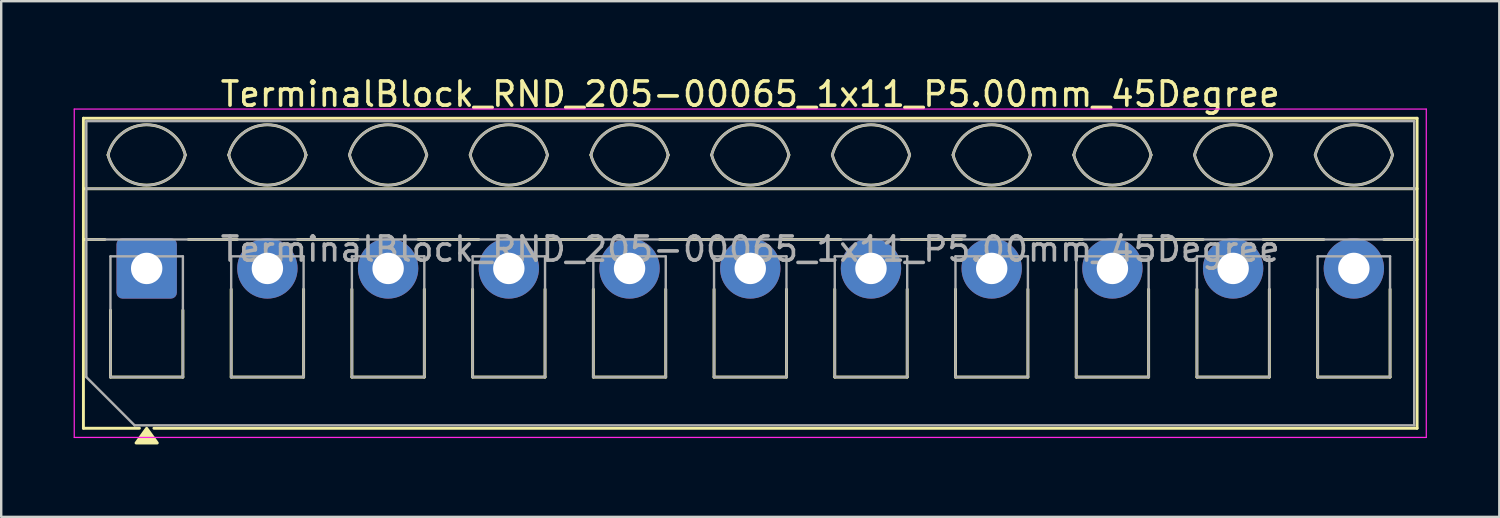
<source format=kicad_pcb>
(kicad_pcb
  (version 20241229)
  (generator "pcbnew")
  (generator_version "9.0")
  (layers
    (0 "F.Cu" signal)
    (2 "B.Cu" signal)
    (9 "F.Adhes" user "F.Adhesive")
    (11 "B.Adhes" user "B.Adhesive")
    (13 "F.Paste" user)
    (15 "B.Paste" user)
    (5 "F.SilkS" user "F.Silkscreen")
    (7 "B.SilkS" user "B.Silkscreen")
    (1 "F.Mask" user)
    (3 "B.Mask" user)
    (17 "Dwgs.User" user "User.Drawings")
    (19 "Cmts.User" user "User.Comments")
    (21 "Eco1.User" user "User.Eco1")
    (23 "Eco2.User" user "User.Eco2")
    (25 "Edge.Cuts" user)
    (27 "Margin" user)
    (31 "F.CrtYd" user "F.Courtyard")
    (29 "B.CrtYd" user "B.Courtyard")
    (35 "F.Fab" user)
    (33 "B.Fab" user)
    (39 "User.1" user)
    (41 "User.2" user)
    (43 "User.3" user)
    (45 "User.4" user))
  (footprint "TerminalBlock_RND_205-00065_1x11_P5.00mm_45Degree"
    (layer "F.Cu")
    (at 3.025 8.068)
    (property "Reference" "TerminalBlock_RND_205-00065_1x11_P5.00mm_45Degree" (at 25 -7.22 0) (layer "F.SilkS") (effects (font (size 1 1) (thickness 0.15))))
    (attr through_hole)
    (fp_line (start -2.62 -6.22) (end -2.62 6.62) (stroke (width 0.12) (type solid)) (layer "F.SilkS"))
    (fp_line (start -2.62 -6.22) (end 52.62 -6.22) (stroke (width 0.12) (type solid)) (layer "F.SilkS"))
    (fp_line (start -2.62 -3.3) (end 52.62 -3.3) (stroke (width 0.12) (type solid)) (layer "F.SilkS"))
    (fp_line (start -2.62 -1.2) (end -1.73 -1.2) (stroke (width 0.12) (type solid)) (layer "F.SilkS"))
    (fp_line (start -2.62 6.62) (end -0.3 6.62) (stroke (width 0.12) (type solid)) (layer "F.SilkS"))
    (fp_line (start -1.5 1.73) (end -1.5 4.5) (stroke (width 0.12) (type solid)) (layer "F.SilkS"))
    (fp_line (start -1.5 4.5) (end 1.5 4.5) (stroke (width 0.12) (type solid)) (layer "F.SilkS"))
    (fp_line (start 0.3 6.62) (end 52.62 6.62) (stroke (width 0.12) (type solid)) (layer "F.SilkS"))
    (fp_line (start 1.5 1.73) (end 1.5 4.5) (stroke (width 0.12) (type solid)) (layer "F.SilkS"))
    (fp_line (start 1.73 -1.2) (end 3.754 -1.2) (stroke (width 0.12) (type solid)) (layer "F.SilkS"))
    (fp_line (start 3.5 0.862) (end 3.5 4.5) (stroke (width 0.12) (type solid)) (layer "F.SilkS"))
    (fp_line (start 3.5 4.5) (end 6.5 4.5) (stroke (width 0.12) (type solid)) (layer "F.SilkS"))
    (fp_line (start 6.246 -1.2) (end 8.754 -1.2) (stroke (width 0.12) (type solid)) (layer "F.SilkS"))
    (fp_line (start 6.5 0.862) (end 6.5 4.5) (stroke (width 0.12) (type solid)) (layer "F.SilkS"))
    (fp_line (start 8.5 0.862) (end 8.5 4.5) (stroke (width 0.12) (type solid)) (layer "F.SilkS"))
    (fp_line (start 8.5 4.5) (end 11.5 4.5) (stroke (width 0.12) (type solid)) (layer "F.SilkS"))
    (fp_line (start 11.246 -1.2) (end 13.754 -1.2) (stroke (width 0.12) (type solid)) (layer "F.SilkS"))
    (fp_line (start 11.5 0.862) (end 11.5 4.5) (stroke (width 0.12) (type solid)) (layer "F.SilkS"))
    (fp_line (start 13.5 0.862) (end 13.5 4.5) (stroke (width 0.12) (type solid)) (layer "F.SilkS"))
    (fp_line (start 13.5 4.5) (end 16.5 4.5) (stroke (width 0.12) (type solid)) (layer "F.SilkS"))
    (fp_line (start 16.246 -1.2) (end 18.754 -1.2) (stroke (width 0.12) (type solid)) (layer "F.SilkS"))
    (fp_line (start 16.5 0.862) (end 16.5 4.5) (stroke (width 0.12) (type solid)) (layer "F.SilkS"))
    (fp_line (start 18.5 0.862) (end 18.5 4.5) (stroke (width 0.12) (type solid)) (layer "F.SilkS"))
    (fp_line (start 18.5 4.5) (end 21.5 4.5) (stroke (width 0.12) (type solid)) (layer "F.SilkS"))
    (fp_line (start 21.246 -1.2) (end 23.754 -1.2) (stroke (width 0.12) (type solid)) (layer "F.SilkS"))
    (fp_line (start 21.5 0.862) (end 21.5 4.5) (stroke (width 0.12) (type solid)) (layer "F.SilkS"))
    (fp_line (start 23.5 0.862) (end 23.5 4.5) (stroke (width 0.12) (type solid)) (layer "F.SilkS"))
    (fp_line (start 23.5 4.5) (end 26.5 4.5) (stroke (width 0.12) (type solid)) (layer "F.SilkS"))
    (fp_line (start 26.246 -1.2) (end 28.754 -1.2) (stroke (width 0.12) (type solid)) (layer "F.SilkS"))
    (fp_line (start 26.5 0.862) (end 26.5 4.5) (stroke (width 0.12) (type solid)) (layer "F.SilkS"))
    (fp_line (start 28.5 0.862) (end 28.5 4.5) (stroke (width 0.12) (type solid)) (layer "F.SilkS"))
    (fp_line (start 28.5 4.5) (end 31.5 4.5) (stroke (width 0.12) (type solid)) (layer "F.SilkS"))
    (fp_line (start 31.246 -1.2) (end 33.754 -1.2) (stroke (width 0.12) (type solid)) (layer "F.SilkS"))
    (fp_line (start 31.5 0.862) (end 31.5 4.5) (stroke (width 0.12) (type solid)) (layer "F.SilkS"))
    (fp_line (start 33.5 0.862) (end 33.5 4.5) (stroke (width 0.12) (type solid)) (layer "F.SilkS"))
    (fp_line (start 33.5 4.5) (end 36.5 4.5) (stroke (width 0.12) (type solid)) (layer "F.SilkS"))
    (fp_line (start 36.246 -1.2) (end 38.754 -1.2) (stroke (width 0.12) (type solid)) (layer "F.SilkS"))
    (fp_line (start 36.5 0.862) (end 36.5 4.5) (stroke (width 0.12) (type solid)) (layer "F.SilkS"))
    (fp_line (start 38.5 0.862) (end 38.5 4.5) (stroke (width 0.12) (type solid)) (layer "F.SilkS"))
    (fp_line (start 38.5 4.5) (end 41.5 4.5) (stroke (width 0.12) (type solid)) (layer "F.SilkS"))
    (fp_line (start 41.246 -1.2) (end 43.754 -1.2) (stroke (width 0.12) (type solid)) (layer "F.SilkS"))
    (fp_line (start 41.5 0.862) (end 41.5 4.5) (stroke (width 0.12) (type solid)) (layer "F.SilkS"))
    (fp_line (start 43.5 0.862) (end 43.5 4.5) (stroke (width 0.12) (type solid)) (layer "F.SilkS"))
    (fp_line (start 43.5 4.5) (end 46.5 4.5) (stroke (width 0.12) (type solid)) (layer "F.SilkS"))
    (fp_line (start 46.246 -1.2) (end 48.754 -1.2) (stroke (width 0.12) (type solid)) (layer "F.SilkS"))
    (fp_line (start 46.5 0.862) (end 46.5 4.5) (stroke (width 0.12) (type solid)) (layer "F.SilkS"))
    (fp_line (start 48.5 0.862) (end 48.5 4.5) (stroke (width 0.12) (type solid)) (layer "F.SilkS"))
    (fp_line (start 48.5 4.5) (end 51.5 4.5) (stroke (width 0.12) (type solid)) (layer "F.SilkS"))
    (fp_line (start 51.246 -1.2) (end 52.62 -1.2) (stroke (width 0.12) (type solid)) (layer "F.SilkS"))
    (fp_line (start 51.5 0.862) (end 51.5 4.5) (stroke (width 0.12) (type solid)) (layer "F.SilkS"))
    (fp_line (start 52.62 -6.22) (end 52.62 6.62) (stroke (width 0.12) (type solid)) (layer "F.SilkS"))
    (fp_arc (start -1.6 -4.7) (mid 0 -5.95) (end 1.6 -4.7) (stroke (width 0.12) (type solid)) (layer "F.SilkS"))
    (fp_arc (start 1.6 -4.7) (mid 0 -3.45) (end -1.6 -4.7) (stroke (width 0.12) (type solid)) (layer "F.SilkS"))
    (fp_arc (start 3.4 -4.7) (mid 5 -5.95) (end 6.6 -4.7) (stroke (width 0.12) (type solid)) (layer "F.SilkS"))
    (fp_arc (start 6.6 -4.7) (mid 5 -3.45) (end 3.4 -4.7) (stroke (width 0.12) (type solid)) (layer "F.SilkS"))
    (fp_arc (start 8.4 -4.7) (mid 10 -5.95) (end 11.6 -4.7) (stroke (width 0.12) (type solid)) (layer "F.SilkS"))
    (fp_arc (start 11.6 -4.7) (mid 10 -3.45) (end 8.4 -4.7) (stroke (width 0.12) (type solid)) (layer "F.SilkS"))
    (fp_arc (start 13.4 -4.7) (mid 15 -5.95) (end 16.6 -4.7) (stroke (width 0.12) (type solid)) (layer "F.SilkS"))
    (fp_arc (start 16.6 -4.7) (mid 15 -3.45) (end 13.4 -4.7) (stroke (width 0.12) (type solid)) (layer "F.SilkS"))
    (fp_arc (start 18.4 -4.7) (mid 20 -5.95) (end 21.6 -4.7) (stroke (width 0.12) (type solid)) (layer "F.SilkS"))
    (fp_arc (start 21.6 -4.7) (mid 20 -3.45) (end 18.4 -4.7) (stroke (width 0.12) (type solid)) (layer "F.SilkS"))
    (fp_arc (start 23.4 -4.7) (mid 25 -5.95) (end 26.6 -4.7) (stroke (width 0.12) (type solid)) (layer "F.SilkS"))
    (fp_arc (start 26.6 -4.7) (mid 25 -3.45) (end 23.4 -4.7) (stroke (width 0.12) (type solid)) (layer "F.SilkS"))
    (fp_arc (start 28.4 -4.7) (mid 30 -5.95) (end 31.6 -4.7) (stroke (width 0.12) (type solid)) (layer "F.SilkS"))
    (fp_arc (start 31.6 -4.7) (mid 30 -3.45) (end 28.4 -4.7) (stroke (width 0.12) (type solid)) (layer "F.SilkS"))
    (fp_arc (start 33.4 -4.7) (mid 35 -5.95) (end 36.6 -4.7) (stroke (width 0.12) (type solid)) (layer "F.SilkS"))
    (fp_arc (start 36.6 -4.7) (mid 35 -3.45) (end 33.4 -4.7) (stroke (width 0.12) (type solid)) (layer "F.SilkS"))
    (fp_arc (start 38.4 -4.7) (mid 40 -5.95) (end 41.6 -4.7) (stroke (width 0.12) (type solid)) (layer "F.SilkS"))
    (fp_arc (start 41.6 -4.7) (mid 40 -3.45) (end 38.4 -4.7) (stroke (width 0.12) (type solid)) (layer "F.SilkS"))
    (fp_arc (start 43.4 -4.7) (mid 45 -5.95) (end 46.6 -4.7) (stroke (width 0.12) (type solid)) (layer "F.SilkS"))
    (fp_arc (start 46.6 -4.7) (mid 45 -3.45) (end 43.4 -4.7) (stroke (width 0.12) (type solid)) (layer "F.SilkS"))
    (fp_arc (start 48.4 -4.7) (mid 50 -5.95) (end 51.6 -4.7) (stroke (width 0.12) (type solid)) (layer "F.SilkS"))
    (fp_arc (start 51.6 -4.7) (mid 50 -3.45) (end 48.4 -4.7) (stroke (width 0.12) (type solid)) (layer "F.SilkS"))
    (fp_poly (pts (xy 0 6.62) (xy 0.44 7.23) (xy -0.44 7.23)) (stroke (width 0.12) (type solid)) (fill yes) (layer "F.SilkS"))
    (fp_line (start -3 -6.6) (end -3 7) (stroke (width 0.05) (type solid)) (layer "F.CrtYd"))
    (fp_line (start -3 7) (end 53 7) (stroke (width 0.05) (type solid)) (layer "F.CrtYd"))
    (fp_line (start 53 -6.6) (end -3 -6.6) (stroke (width 0.05) (type solid)) (layer "F.CrtYd"))
    (fp_line (start 53 7) (end 53 -6.6) (stroke (width 0.05) (type solid)) (layer "F.CrtYd"))
    (fp_line (start -2.5 -6.1) (end 52.5 -6.1) (stroke (width 0.1) (type solid)) (layer "F.Fab"))
    (fp_line (start -2.5 -3.3) (end 52.5 -3.3) (stroke (width 0.1) (type solid)) (layer "F.Fab"))
    (fp_line (start -2.5 -1.2) (end 52.5 -1.2) (stroke (width 0.1) (type solid)) (layer "F.Fab"))
    (fp_line (start -2.5 4.5) (end -2.5 -6.1) (stroke (width 0.1) (type solid)) (layer "F.Fab"))
    (fp_line (start -1.5 -0.5) (end -1.5 4.5) (stroke (width 0.1) (type solid)) (layer "F.Fab"))
    (fp_line (start -1.5 4.5) (end 1.5 4.5) (stroke (width 0.1) (type solid)) (layer "F.Fab"))
    (fp_line (start -0.5 6.5) (end -2.5 4.5) (stroke (width 0.1) (type solid)) (layer "F.Fab"))
    (fp_line (start 1.5 -0.5) (end -1.5 -0.5) (stroke (width 0.1) (type solid)) (layer "F.Fab"))
    (fp_line (start 1.5 4.5) (end 1.5 -0.5) (stroke (width 0.1) (type solid)) (layer "F.Fab"))
    (fp_line (start 3.5 -0.5) (end 3.5 4.5) (stroke (width 0.1) (type solid)) (layer "F.Fab"))
    (fp_line (start 3.5 4.5) (end 6.5 4.5) (stroke (width 0.1) (type solid)) (layer "F.Fab"))
    (fp_line (start 6.5 -0.5) (end 3.5 -0.5) (stroke (width 0.1) (type solid)) (layer "F.Fab"))
    (fp_line (start 6.5 4.5) (end 6.5 -0.5) (stroke (width 0.1) (type solid)) (layer "F.Fab"))
    (fp_line (start 8.5 -0.5) (end 8.5 4.5) (stroke (width 0.1) (type solid)) (layer "F.Fab"))
    (fp_line (start 8.5 4.5) (end 11.5 4.5) (stroke (width 0.1) (type solid)) (layer "F.Fab"))
    (fp_line (start 11.5 -0.5) (end 8.5 -0.5) (stroke (width 0.1) (type solid)) (layer "F.Fab"))
    (fp_line (start 11.5 4.5) (end 11.5 -0.5) (stroke (width 0.1) (type solid)) (layer "F.Fab"))
    (fp_line (start 13.5 -0.5) (end 13.5 4.5) (stroke (width 0.1) (type solid)) (layer "F.Fab"))
    (fp_line (start 13.5 4.5) (end 16.5 4.5) (stroke (width 0.1) (type solid)) (layer "F.Fab"))
    (fp_line (start 16.5 -0.5) (end 13.5 -0.5) (stroke (width 0.1) (type solid)) (layer "F.Fab"))
    (fp_line (start 16.5 4.5) (end 16.5 -0.5) (stroke (width 0.1) (type solid)) (layer "F.Fab"))
    (fp_line (start 18.5 -0.5) (end 18.5 4.5) (stroke (width 0.1) (type solid)) (layer "F.Fab"))
    (fp_line (start 18.5 4.5) (end 21.5 4.5) (stroke (width 0.1) (type solid)) (layer "F.Fab"))
    (fp_line (start 21.5 -0.5) (end 18.5 -0.5) (stroke (width 0.1) (type solid)) (layer "F.Fab"))
    (fp_line (start 21.5 4.5) (end 21.5 -0.5) (stroke (width 0.1) (type solid)) (layer "F.Fab"))
    (fp_line (start 23.5 -0.5) (end 23.5 4.5) (stroke (width 0.1) (type solid)) (layer "F.Fab"))
    (fp_line (start 23.5 4.5) (end 26.5 4.5) (stroke (width 0.1) (type solid)) (layer "F.Fab"))
    (fp_line (start 26.5 -0.5) (end 23.5 -0.5) (stroke (width 0.1) (type solid)) (layer "F.Fab"))
    (fp_line (start 26.5 4.5) (end 26.5 -0.5) (stroke (width 0.1) (type solid)) (layer "F.Fab"))
    (fp_line (start 28.5 -0.5) (end 28.5 4.5) (stroke (width 0.1) (type solid)) (layer "F.Fab"))
    (fp_line (start 28.5 4.5) (end 31.5 4.5) (stroke (width 0.1) (type solid)) (layer "F.Fab"))
    (fp_line (start 31.5 -0.5) (end 28.5 -0.5) (stroke (width 0.1) (type solid)) (layer "F.Fab"))
    (fp_line (start 31.5 4.5) (end 31.5 -0.5) (stroke (width 0.1) (type solid)) (layer "F.Fab"))
    (fp_line (start 33.5 -0.5) (end 33.5 4.5) (stroke (width 0.1) (type solid)) (layer "F.Fab"))
    (fp_line (start 33.5 4.5) (end 36.5 4.5) (stroke (width 0.1) (type solid)) (layer "F.Fab"))
    (fp_line (start 36.5 -0.5) (end 33.5 -0.5) (stroke (width 0.1) (type solid)) (layer "F.Fab"))
    (fp_line (start 36.5 4.5) (end 36.5 -0.5) (stroke (width 0.1) (type solid)) (layer "F.Fab"))
    (fp_line (start 38.5 -0.5) (end 38.5 4.5) (stroke (width 0.1) (type solid)) (layer "F.Fab"))
    (fp_line (start 38.5 4.5) (end 41.5 4.5) (stroke (width 0.1) (type solid)) (layer "F.Fab"))
    (fp_line (start 41.5 -0.5) (end 38.5 -0.5) (stroke (width 0.1) (type solid)) (layer "F.Fab"))
    (fp_line (start 41.5 4.5) (end 41.5 -0.5) (stroke (width 0.1) (type solid)) (layer "F.Fab"))
    (fp_line (start 43.5 -0.5) (end 43.5 4.5) (stroke (width 0.1) (type solid)) (layer "F.Fab"))
    (fp_line (start 43.5 4.5) (end 46.5 4.5) (stroke (width 0.1) (type solid)) (layer "F.Fab"))
    (fp_line (start 46.5 -0.5) (end 43.5 -0.5) (stroke (width 0.1) (type solid)) (layer "F.Fab"))
    (fp_line (start 46.5 4.5) (end 46.5 -0.5) (stroke (width 0.1) (type solid)) (layer "F.Fab"))
    (fp_line (start 48.5 -0.5) (end 48.5 4.5) (stroke (width 0.1) (type solid)) (layer "F.Fab"))
    (fp_line (start 48.5 4.5) (end 51.5 4.5) (stroke (width 0.1) (type solid)) (layer "F.Fab"))
    (fp_line (start 51.5 -0.5) (end 48.5 -0.5) (stroke (width 0.1) (type solid)) (layer "F.Fab"))
    (fp_line (start 51.5 4.5) (end 51.5 -0.5) (stroke (width 0.1) (type solid)) (layer "F.Fab"))
    (fp_line (start 52.5 -6.1) (end 52.5 6.5) (stroke (width 0.1) (type solid)) (layer "F.Fab"))
    (fp_line (start 52.5 6.5) (end -0.5 6.5) (stroke (width 0.1) (type solid)) (layer "F.Fab"))
    (fp_arc (start -1.6 -4.7) (mid 0 -5.95) (end 1.6 -4.7) (stroke (width 0.1) (type solid)) (layer "F.Fab"))
    (fp_arc (start 1.6 -4.7) (mid 0 -3.45) (end -1.6 -4.7) (stroke (width 0.1) (type solid)) (layer "F.Fab"))
    (fp_arc (start 3.4 -4.7) (mid 5 -5.95) (end 6.6 -4.7) (stroke (width 0.1) (type solid)) (layer "F.Fab"))
    (fp_arc (start 6.6 -4.7) (mid 5 -3.45) (end 3.4 -4.7) (stroke (width 0.1) (type solid)) (layer "F.Fab"))
    (fp_arc (start 8.4 -4.7) (mid 10 -5.95) (end 11.6 -4.7) (stroke (width 0.1) (type solid)) (layer "F.Fab"))
    (fp_arc (start 11.6 -4.7) (mid 10 -3.45) (end 8.4 -4.7) (stroke (width 0.1) (type solid)) (layer "F.Fab"))
    (fp_arc (start 13.4 -4.7) (mid 15 -5.95) (end 16.6 -4.7) (stroke (width 0.1) (type solid)) (layer "F.Fab"))
    (fp_arc (start 16.6 -4.7) (mid 15 -3.45) (end 13.4 -4.7) (stroke (width 0.1) (type solid)) (layer "F.Fab"))
    (fp_arc (start 18.4 -4.7) (mid 20 -5.95) (end 21.6 -4.7) (stroke (width 0.1) (type solid)) (layer "F.Fab"))
    (fp_arc (start 21.6 -4.7) (mid 20 -3.45) (end 18.4 -4.7) (stroke (width 0.1) (type solid)) (layer "F.Fab"))
    (fp_arc (start 23.4 -4.7) (mid 25 -5.95) (end 26.6 -4.7) (stroke (width 0.1) (type solid)) (layer "F.Fab"))
    (fp_arc (start 26.6 -4.7) (mid 25 -3.45) (end 23.4 -4.7) (stroke (width 0.1) (type solid)) (layer "F.Fab"))
    (fp_arc (start 28.4 -4.7) (mid 30 -5.95) (end 31.6 -4.7) (stroke (width 0.1) (type solid)) (layer "F.Fab"))
    (fp_arc (start 31.6 -4.7) (mid 30 -3.45) (end 28.4 -4.7) (stroke (width 0.1) (type solid)) (layer "F.Fab"))
    (fp_arc (start 33.4 -4.7) (mid 35 -5.95) (end 36.6 -4.7) (stroke (width 0.1) (type solid)) (layer "F.Fab"))
    (fp_arc (start 36.6 -4.7) (mid 35 -3.45) (end 33.4 -4.7) (stroke (width 0.1) (type solid)) (layer "F.Fab"))
    (fp_arc (start 38.4 -4.7) (mid 40 -5.95) (end 41.6 -4.7) (stroke (width 0.1) (type solid)) (layer "F.Fab"))
    (fp_arc (start 41.6 -4.7) (mid 40 -3.45) (end 38.4 -4.7) (stroke (width 0.1) (type solid)) (layer "F.Fab"))
    (fp_arc (start 43.4 -4.7) (mid 45 -5.95) (end 46.6 -4.7) (stroke (width 0.1) (type solid)) (layer "F.Fab"))
    (fp_arc (start 46.6 -4.7) (mid 45 -3.45) (end 43.4 -4.7) (stroke (width 0.1) (type solid)) (layer "F.Fab"))
    (fp_arc (start 48.4 -4.7) (mid 50 -5.95) (end 51.6 -4.7) (stroke (width 0.1) (type solid)) (layer "F.Fab"))
    (fp_arc (start 51.6 -4.7) (mid 50 -3.45) (end 48.4 -4.7) (stroke (width 0.1) (type solid)) (layer "F.Fab"))
    (fp_text user "${REFERENCE}" (at 25 -0.8 0) (layer "F.Fab") (effects (font (size 1 1) (thickness 0.15))))
    (pad "1" thru_hole roundrect (at 0 0) (size 2.5 2.5) (drill 1.3) (layers "*.Cu" "*.Mask") (roundrect_rratio 0.1))
    (pad "2" thru_hole circle (at 5 0) (size 2.5 2.5) (drill 1.3) (layers "*.Cu" "*.Mask"))
    (pad "3" thru_hole circle (at 10 0) (size 2.5 2.5) (drill 1.3) (layers "*.Cu" "*.Mask"))
    (pad "4" thru_hole circle (at 15 0) (size 2.5 2.5) (drill 1.3) (layers "*.Cu" "*.Mask"))
    (pad "5" thru_hole circle (at 20 0) (size 2.5 2.5) (drill 1.3) (layers "*.Cu" "*.Mask"))
    (pad "6" thru_hole circle (at 25 0) (size 2.5 2.5) (drill 1.3) (layers "*.Cu" "*.Mask"))
    (pad "7" thru_hole circle (at 30 0) (size 2.5 2.5) (drill 1.3) (layers "*.Cu" "*.Mask"))
    (pad "8" thru_hole circle (at 35 0) (size 2.5 2.5) (drill 1.3) (layers "*.Cu" "*.Mask"))
    (pad "9" thru_hole circle (at 40 0) (size 2.5 2.5) (drill 1.3) (layers "*.Cu" "*.Mask"))
    (pad "10" thru_hole circle (at 45 0) (size 2.5 2.5) (drill 1.3) (layers "*.Cu" "*.Mask"))
    (pad "11" thru_hole circle (at 50 0) (size 2.5 2.5) (drill 1.3) (layers "*.Cu" "*.Mask")))
  (gr_rect
    (start -3 -3)
    (end 59.05 18.358)
    (stroke (width 0.1) (type default))
    (fill no)
    (layer "Edge.Cuts")))
</source>
